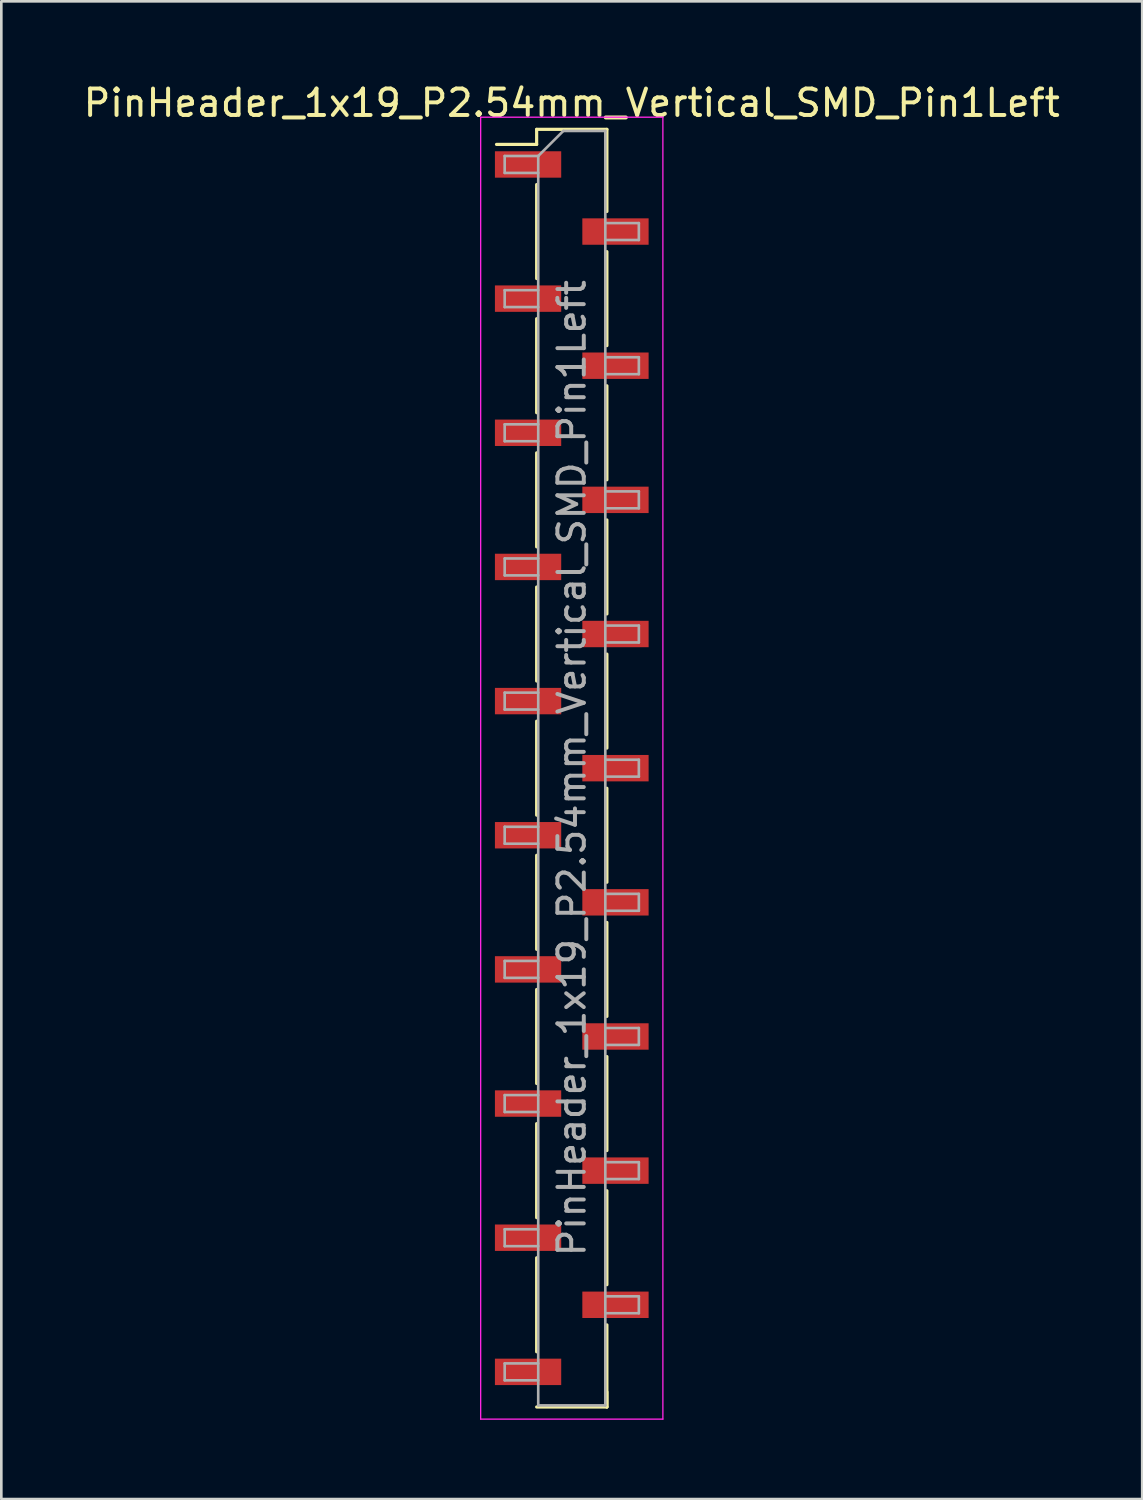
<source format=kicad_pcb>
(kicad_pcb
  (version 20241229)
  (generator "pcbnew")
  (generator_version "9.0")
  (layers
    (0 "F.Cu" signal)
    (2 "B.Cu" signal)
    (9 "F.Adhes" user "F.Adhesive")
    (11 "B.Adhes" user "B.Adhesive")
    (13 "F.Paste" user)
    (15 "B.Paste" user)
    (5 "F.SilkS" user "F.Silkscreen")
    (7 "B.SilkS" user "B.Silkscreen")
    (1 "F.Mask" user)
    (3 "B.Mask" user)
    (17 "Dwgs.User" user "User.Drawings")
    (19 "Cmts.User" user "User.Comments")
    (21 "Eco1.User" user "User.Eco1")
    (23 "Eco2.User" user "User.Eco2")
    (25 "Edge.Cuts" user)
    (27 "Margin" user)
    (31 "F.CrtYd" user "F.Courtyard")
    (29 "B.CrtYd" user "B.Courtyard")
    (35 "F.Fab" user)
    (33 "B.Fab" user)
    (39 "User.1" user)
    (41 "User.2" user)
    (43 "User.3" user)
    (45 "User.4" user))
  (footprint "PinHeader_1x19_P2.54mm_Vertical_SMD_Pin1Left"
    (layer "F.Cu")
    (at 18.601 26.038)
    (property "Reference" "PinHeader_1x19_P2.54mm_Vertical_SMD_Pin1Left" (at 0 -25.19 0) (layer "F.SilkS") (effects (font (size 1 1) (thickness 0.15))))
    (attr smd)
    (fp_line (start -1.33 -24.19) (end -1.33 -23.62) (stroke (width 0.12) (type solid)) (layer "F.SilkS"))
    (fp_line (start -1.33 -24.19) (end 1.33 -24.19) (stroke (width 0.12) (type solid)) (layer "F.SilkS"))
    (fp_line (start -1.33 -23.62) (end -2.85 -23.62) (stroke (width 0.12) (type solid)) (layer "F.SilkS"))
    (fp_line (start -1.33 -22.1) (end -1.33 -18.54) (stroke (width 0.12) (type solid)) (layer "F.SilkS"))
    (fp_line (start -1.33 -17.02) (end -1.33 -13.46) (stroke (width 0.12) (type solid)) (layer "F.SilkS"))
    (fp_line (start -1.33 -11.94) (end -1.33 -8.38) (stroke (width 0.12) (type solid)) (layer "F.SilkS"))
    (fp_line (start -1.33 -6.86) (end -1.33 -3.3) (stroke (width 0.12) (type solid)) (layer "F.SilkS"))
    (fp_line (start -1.33 -1.78) (end -1.33 1.78) (stroke (width 0.12) (type solid)) (layer "F.SilkS"))
    (fp_line (start -1.33 3.3) (end -1.33 6.86) (stroke (width 0.12) (type solid)) (layer "F.SilkS"))
    (fp_line (start -1.33 8.38) (end -1.33 11.94) (stroke (width 0.12) (type solid)) (layer "F.SilkS"))
    (fp_line (start -1.33 13.46) (end -1.33 17.02) (stroke (width 0.12) (type solid)) (layer "F.SilkS"))
    (fp_line (start -1.33 18.54) (end -1.33 22.1) (stroke (width 0.12) (type solid)) (layer "F.SilkS"))
    (fp_line (start -1.33 24.19) (end 1.33 24.19) (stroke (width 0.12) (type solid)) (layer "F.SilkS"))
    (fp_line (start 1.33 -24.19) (end 1.33 -21.08) (stroke (width 0.12) (type solid)) (layer "F.SilkS"))
    (fp_line (start 1.33 -19.56) (end 1.33 -16) (stroke (width 0.12) (type solid)) (layer "F.SilkS"))
    (fp_line (start 1.33 -14.48) (end 1.33 -10.92) (stroke (width 0.12) (type solid)) (layer "F.SilkS"))
    (fp_line (start 1.33 -9.4) (end 1.33 -5.84) (stroke (width 0.12) (type solid)) (layer "F.SilkS"))
    (fp_line (start 1.33 -4.32) (end 1.33 -0.76) (stroke (width 0.12) (type solid)) (layer "F.SilkS"))
    (fp_line (start 1.33 0.76) (end 1.33 4.32) (stroke (width 0.12) (type solid)) (layer "F.SilkS"))
    (fp_line (start 1.33 5.84) (end 1.33 9.4) (stroke (width 0.12) (type solid)) (layer "F.SilkS"))
    (fp_line (start 1.33 10.92) (end 1.33 14.48) (stroke (width 0.12) (type solid)) (layer "F.SilkS"))
    (fp_line (start 1.33 16) (end 1.33 19.56) (stroke (width 0.12) (type solid)) (layer "F.SilkS"))
    (fp_line (start 1.33 21.08) (end 1.33 24.19) (stroke (width 0.12) (type solid)) (layer "F.SilkS"))
    (fp_line (start 1.33 23.62) (end 1.33 24.19) (stroke (width 0.12) (type solid)) (layer "F.SilkS"))
    (fp_line (start -3.45 -24.65) (end -3.45 24.65) (stroke (width 0.05) (type solid)) (layer "F.CrtYd"))
    (fp_line (start -3.45 24.65) (end 3.45 24.65) (stroke (width 0.05) (type solid)) (layer "F.CrtYd"))
    (fp_line (start 3.45 -24.65) (end -3.45 -24.65) (stroke (width 0.05) (type solid)) (layer "F.CrtYd"))
    (fp_line (start 3.45 24.65) (end 3.45 -24.65) (stroke (width 0.05) (type solid)) (layer "F.CrtYd"))
    (fp_line (start -2.54 -23.18) (end -2.54 -22.54) (stroke (width 0.1) (type solid)) (layer "F.Fab"))
    (fp_line (start -2.54 -22.54) (end -1.27 -22.54) (stroke (width 0.1) (type solid)) (layer "F.Fab"))
    (fp_line (start -2.54 -18.1) (end -2.54 -17.46) (stroke (width 0.1) (type solid)) (layer "F.Fab"))
    (fp_line (start -2.54 -17.46) (end -1.27 -17.46) (stroke (width 0.1) (type solid)) (layer "F.Fab"))
    (fp_line (start -2.54 -13.02) (end -2.54 -12.38) (stroke (width 0.1) (type solid)) (layer "F.Fab"))
    (fp_line (start -2.54 -12.38) (end -1.27 -12.38) (stroke (width 0.1) (type solid)) (layer "F.Fab"))
    (fp_line (start -2.54 -7.94) (end -2.54 -7.3) (stroke (width 0.1) (type solid)) (layer "F.Fab"))
    (fp_line (start -2.54 -7.3) (end -1.27 -7.3) (stroke (width 0.1) (type solid)) (layer "F.Fab"))
    (fp_line (start -2.54 -2.86) (end -2.54 -2.22) (stroke (width 0.1) (type solid)) (layer "F.Fab"))
    (fp_line (start -2.54 -2.22) (end -1.27 -2.22) (stroke (width 0.1) (type solid)) (layer "F.Fab"))
    (fp_line (start -2.54 2.22) (end -2.54 2.86) (stroke (width 0.1) (type solid)) (layer "F.Fab"))
    (fp_line (start -2.54 2.86) (end -1.27 2.86) (stroke (width 0.1) (type solid)) (layer "F.Fab"))
    (fp_line (start -2.54 7.3) (end -2.54 7.94) (stroke (width 0.1) (type solid)) (layer "F.Fab"))
    (fp_line (start -2.54 7.94) (end -1.27 7.94) (stroke (width 0.1) (type solid)) (layer "F.Fab"))
    (fp_line (start -2.54 12.38) (end -2.54 13.02) (stroke (width 0.1) (type solid)) (layer "F.Fab"))
    (fp_line (start -2.54 13.02) (end -1.27 13.02) (stroke (width 0.1) (type solid)) (layer "F.Fab"))
    (fp_line (start -2.54 17.46) (end -2.54 18.1) (stroke (width 0.1) (type solid)) (layer "F.Fab"))
    (fp_line (start -2.54 18.1) (end -1.27 18.1) (stroke (width 0.1) (type solid)) (layer "F.Fab"))
    (fp_line (start -2.54 22.54) (end -2.54 23.18) (stroke (width 0.1) (type solid)) (layer "F.Fab"))
    (fp_line (start -2.54 23.18) (end -1.27 23.18) (stroke (width 0.1) (type solid)) (layer "F.Fab"))
    (fp_line (start -1.27 -23.18) (end -2.54 -23.18) (stroke (width 0.1) (type solid)) (layer "F.Fab"))
    (fp_line (start -1.27 -23.18) (end -0.32 -24.13) (stroke (width 0.1) (type solid)) (layer "F.Fab"))
    (fp_line (start -1.27 -18.1) (end -2.54 -18.1) (stroke (width 0.1) (type solid)) (layer "F.Fab"))
    (fp_line (start -1.27 -13.02) (end -2.54 -13.02) (stroke (width 0.1) (type solid)) (layer "F.Fab"))
    (fp_line (start -1.27 -7.94) (end -2.54 -7.94) (stroke (width 0.1) (type solid)) (layer "F.Fab"))
    (fp_line (start -1.27 -2.86) (end -2.54 -2.86) (stroke (width 0.1) (type solid)) (layer "F.Fab"))
    (fp_line (start -1.27 2.22) (end -2.54 2.22) (stroke (width 0.1) (type solid)) (layer "F.Fab"))
    (fp_line (start -1.27 7.3) (end -2.54 7.3) (stroke (width 0.1) (type solid)) (layer "F.Fab"))
    (fp_line (start -1.27 12.38) (end -2.54 12.38) (stroke (width 0.1) (type solid)) (layer "F.Fab"))
    (fp_line (start -1.27 17.46) (end -2.54 17.46) (stroke (width 0.1) (type solid)) (layer "F.Fab"))
    (fp_line (start -1.27 22.54) (end -2.54 22.54) (stroke (width 0.1) (type solid)) (layer "F.Fab"))
    (fp_line (start -1.27 24.13) (end -1.27 -23.18) (stroke (width 0.1) (type solid)) (layer "F.Fab"))
    (fp_line (start -0.32 -24.13) (end 1.27 -24.13) (stroke (width 0.1) (type solid)) (layer "F.Fab"))
    (fp_line (start 1.27 -24.13) (end 1.27 24.13) (stroke (width 0.1) (type solid)) (layer "F.Fab"))
    (fp_line (start 1.27 -20.64) (end 2.54 -20.64) (stroke (width 0.1) (type solid)) (layer "F.Fab"))
    (fp_line (start 1.27 -15.56) (end 2.54 -15.56) (stroke (width 0.1) (type solid)) (layer "F.Fab"))
    (fp_line (start 1.27 -10.48) (end 2.54 -10.48) (stroke (width 0.1) (type solid)) (layer "F.Fab"))
    (fp_line (start 1.27 -5.4) (end 2.54 -5.4) (stroke (width 0.1) (type solid)) (layer "F.Fab"))
    (fp_line (start 1.27 -0.32) (end 2.54 -0.32) (stroke (width 0.1) (type solid)) (layer "F.Fab"))
    (fp_line (start 1.27 4.76) (end 2.54 4.76) (stroke (width 0.1) (type solid)) (layer "F.Fab"))
    (fp_line (start 1.27 9.84) (end 2.54 9.84) (stroke (width 0.1) (type solid)) (layer "F.Fab"))
    (fp_line (start 1.27 14.92) (end 2.54 14.92) (stroke (width 0.1) (type solid)) (layer "F.Fab"))
    (fp_line (start 1.27 20) (end 2.54 20) (stroke (width 0.1) (type solid)) (layer "F.Fab"))
    (fp_line (start 1.27 24.13) (end -1.27 24.13) (stroke (width 0.1) (type solid)) (layer "F.Fab"))
    (fp_line (start 2.54 -20.64) (end 2.54 -20) (stroke (width 0.1) (type solid)) (layer "F.Fab"))
    (fp_line (start 2.54 -20) (end 1.27 -20) (stroke (width 0.1) (type solid)) (layer "F.Fab"))
    (fp_line (start 2.54 -15.56) (end 2.54 -14.92) (stroke (width 0.1) (type solid)) (layer "F.Fab"))
    (fp_line (start 2.54 -14.92) (end 1.27 -14.92) (stroke (width 0.1) (type solid)) (layer "F.Fab"))
    (fp_line (start 2.54 -10.48) (end 2.54 -9.84) (stroke (width 0.1) (type solid)) (layer "F.Fab"))
    (fp_line (start 2.54 -9.84) (end 1.27 -9.84) (stroke (width 0.1) (type solid)) (layer "F.Fab"))
    (fp_line (start 2.54 -5.4) (end 2.54 -4.76) (stroke (width 0.1) (type solid)) (layer "F.Fab"))
    (fp_line (start 2.54 -4.76) (end 1.27 -4.76) (stroke (width 0.1) (type solid)) (layer "F.Fab"))
    (fp_line (start 2.54 -0.32) (end 2.54 0.32) (stroke (width 0.1) (type solid)) (layer "F.Fab"))
    (fp_line (start 2.54 0.32) (end 1.27 0.32) (stroke (width 0.1) (type solid)) (layer "F.Fab"))
    (fp_line (start 2.54 4.76) (end 2.54 5.4) (stroke (width 0.1) (type solid)) (layer "F.Fab"))
    (fp_line (start 2.54 5.4) (end 1.27 5.4) (stroke (width 0.1) (type solid)) (layer "F.Fab"))
    (fp_line (start 2.54 9.84) (end 2.54 10.48) (stroke (width 0.1) (type solid)) (layer "F.Fab"))
    (fp_line (start 2.54 10.48) (end 1.27 10.48) (stroke (width 0.1) (type solid)) (layer "F.Fab"))
    (fp_line (start 2.54 14.92) (end 2.54 15.56) (stroke (width 0.1) (type solid)) (layer "F.Fab"))
    (fp_line (start 2.54 15.56) (end 1.27 15.56) (stroke (width 0.1) (type solid)) (layer "F.Fab"))
    (fp_line (start 2.54 20) (end 2.54 20.64) (stroke (width 0.1) (type solid)) (layer "F.Fab"))
    (fp_line (start 2.54 20.64) (end 1.27 20.64) (stroke (width 0.1) (type solid)) (layer "F.Fab"))
    (fp_text user "${REFERENCE}" (at 0 0 90) (layer "F.Fab") (effects (font (size 1 1) (thickness 0.15))))
    (pad "1" smd rect (at -1.655 -22.86) (size 2.51 1) (layers "F.Cu" "F.Mask" "F.Paste"))
    (pad "2" smd rect (at 1.655 -20.32) (size 2.51 1) (layers "F.Cu" "F.Mask" "F.Paste"))
    (pad "3" smd rect (at -1.655 -17.78) (size 2.51 1) (layers "F.Cu" "F.Mask" "F.Paste"))
    (pad "4" smd rect (at 1.655 -15.24) (size 2.51 1) (layers "F.Cu" "F.Mask" "F.Paste"))
    (pad "5" smd rect (at -1.655 -12.7) (size 2.51 1) (layers "F.Cu" "F.Mask" "F.Paste"))
    (pad "6" smd rect (at 1.655 -10.16) (size 2.51 1) (layers "F.Cu" "F.Mask" "F.Paste"))
    (pad "7" smd rect (at -1.655 -7.62) (size 2.51 1) (layers "F.Cu" "F.Mask" "F.Paste"))
    (pad "8" smd rect (at 1.655 -5.08) (size 2.51 1) (layers "F.Cu" "F.Mask" "F.Paste"))
    (pad "9" smd rect (at -1.655 -2.54) (size 2.51 1) (layers "F.Cu" "F.Mask" "F.Paste"))
    (pad "10" smd rect (at 1.655 0) (size 2.51 1) (layers "F.Cu" "F.Mask" "F.Paste"))
    (pad "11" smd rect (at -1.655 2.54) (size 2.51 1) (layers "F.Cu" "F.Mask" "F.Paste"))
    (pad "12" smd rect (at 1.655 5.08) (size 2.51 1) (layers "F.Cu" "F.Mask" "F.Paste"))
    (pad "13" smd rect (at -1.655 7.62) (size 2.51 1) (layers "F.Cu" "F.Mask" "F.Paste"))
    (pad "14" smd rect (at 1.655 10.16) (size 2.51 1) (layers "F.Cu" "F.Mask" "F.Paste"))
    (pad "15" smd rect (at -1.655 12.7) (size 2.51 1) (layers "F.Cu" "F.Mask" "F.Paste"))
    (pad "16" smd rect (at 1.655 15.24) (size 2.51 1) (layers "F.Cu" "F.Mask" "F.Paste"))
    (pad "17" smd rect (at -1.655 17.78) (size 2.51 1) (layers "F.Cu" "F.Mask" "F.Paste"))
    (pad "18" smd rect (at 1.655 20.32) (size 2.51 1) (layers "F.Cu" "F.Mask" "F.Paste"))
    (pad "19" smd rect (at -1.655 22.86) (size 2.51 1) (layers "F.Cu" "F.Mask" "F.Paste")))
  (gr_rect
    (start -3 -3)
    (end 40.202 53.713)
    (stroke (width 0.1) (type default))
    (fill no)
    (layer "Edge.Cuts")))
</source>
